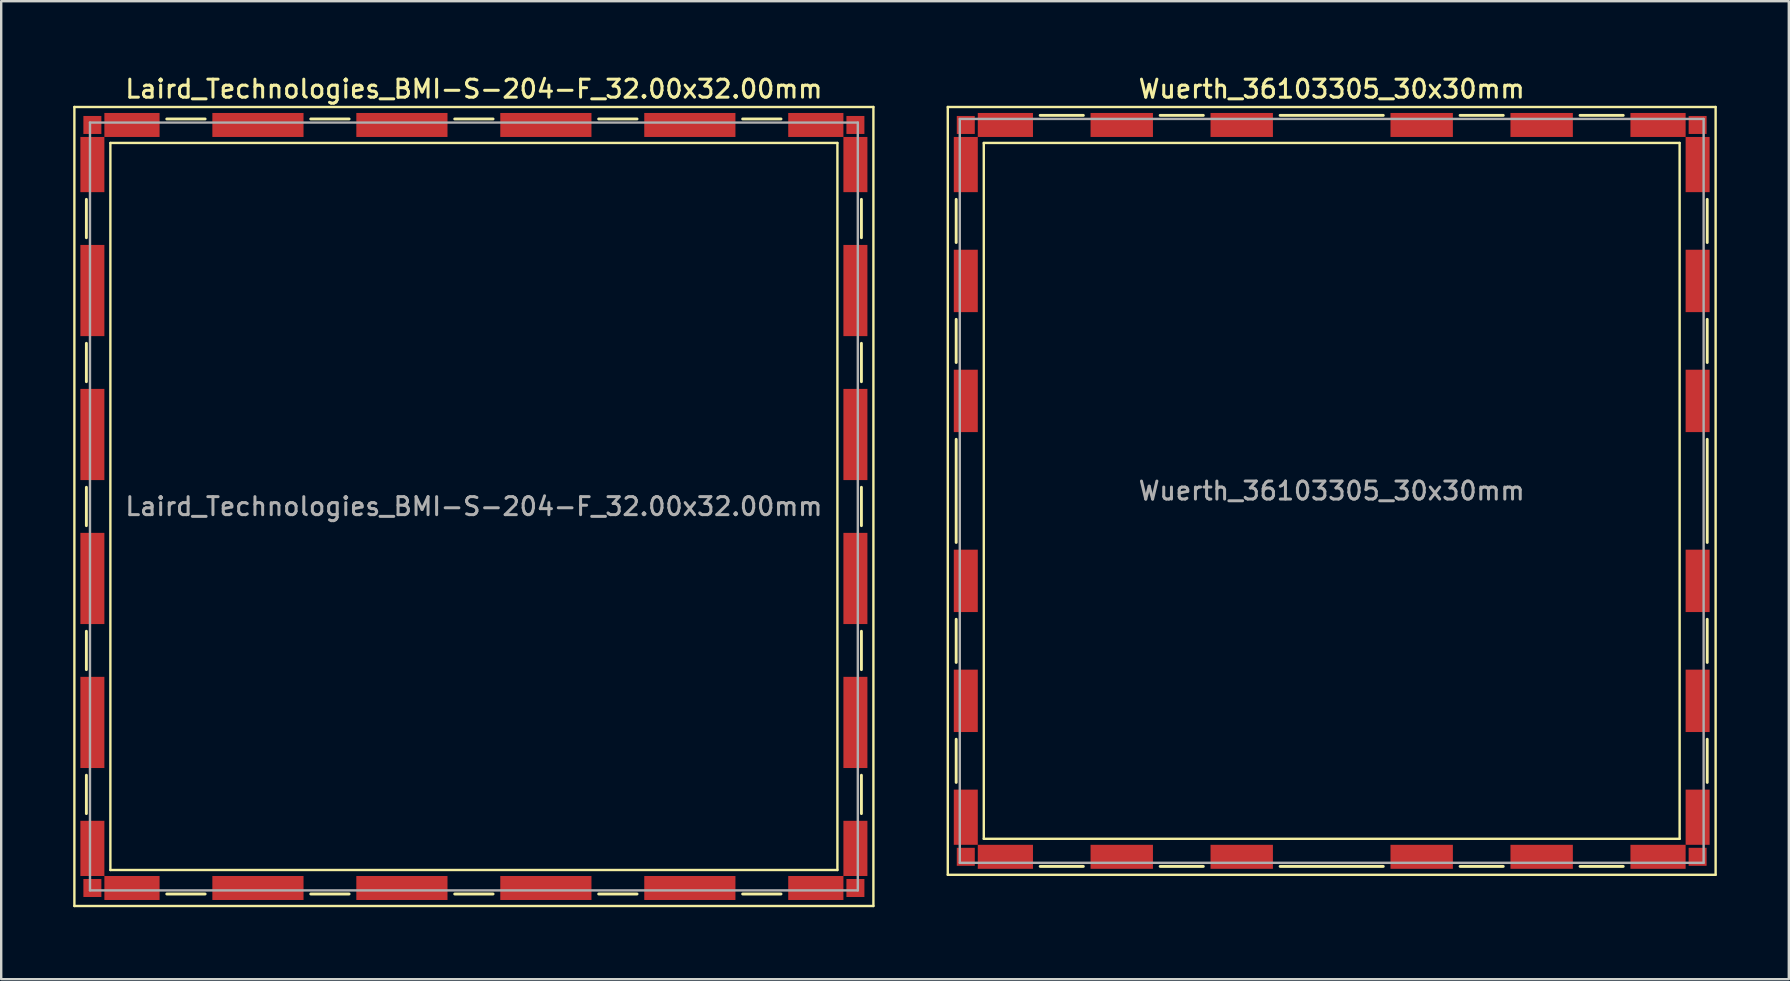
<source format=kicad_pcb>
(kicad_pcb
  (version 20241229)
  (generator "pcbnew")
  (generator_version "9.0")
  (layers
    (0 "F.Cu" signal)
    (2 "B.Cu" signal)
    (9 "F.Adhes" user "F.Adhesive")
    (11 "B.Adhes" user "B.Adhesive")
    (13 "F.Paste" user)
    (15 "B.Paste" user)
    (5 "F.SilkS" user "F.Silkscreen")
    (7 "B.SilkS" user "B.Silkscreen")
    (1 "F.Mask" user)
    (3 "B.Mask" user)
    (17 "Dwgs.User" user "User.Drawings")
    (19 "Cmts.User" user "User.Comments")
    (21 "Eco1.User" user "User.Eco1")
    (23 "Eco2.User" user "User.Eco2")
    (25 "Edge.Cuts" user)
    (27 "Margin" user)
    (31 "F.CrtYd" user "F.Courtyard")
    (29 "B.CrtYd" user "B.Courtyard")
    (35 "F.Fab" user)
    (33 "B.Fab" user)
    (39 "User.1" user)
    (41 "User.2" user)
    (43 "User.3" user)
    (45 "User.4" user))
  (footprint "Laird_Technologies_BMI-S-204-F_32.00x32.00mm"
    (layer "F.Cu")
    (at 16.7 18.058)
    (property "Reference" "Laird_Technologies_BMI-S-204-F_32.00x32.00mm" (at 0 -17.4 0) (layer "F.SilkS") (effects (font (size 0.75 0.75) (thickness 0.125))))
    (attr smd)
    (fp_line (start -16.65 -16.65) (end -16.65 16.65) (stroke (width 0.1) (type solid)) (layer "F.SilkS"))
    (fp_line (start -16.65 16.65) (end 16.65 16.65) (stroke (width 0.1) (type solid)) (layer "F.SilkS"))
    (fp_line (start -16.15 -12.8) (end -16.15 -11.2) (stroke (width 0.12) (type solid)) (layer "F.SilkS"))
    (fp_line (start -16.15 -6.8) (end -16.15 -5.2) (stroke (width 0.12) (type solid)) (layer "F.SilkS"))
    (fp_line (start -16.15 -0.8) (end -16.15 0.8) (stroke (width 0.12) (type solid)) (layer "F.SilkS"))
    (fp_line (start -16.15 5.2) (end -16.15 6.8) (stroke (width 0.12) (type solid)) (layer "F.SilkS"))
    (fp_line (start -16.15 11.2) (end -16.15 12.8) (stroke (width 0.12) (type solid)) (layer "F.SilkS"))
    (fp_line (start -15.15 -15.15) (end -15.15 15.15) (stroke (width 0.1) (type solid)) (layer "F.SilkS"))
    (fp_line (start -12.8 -16.15) (end -11.2 -16.15) (stroke (width 0.12) (type solid)) (layer "F.SilkS"))
    (fp_line (start -12.8 16.15) (end -11.2 16.15) (stroke (width 0.12) (type solid)) (layer "F.SilkS"))
    (fp_line (start -6.8 -16.15) (end -5.2 -16.15) (stroke (width 0.12) (type solid)) (layer "F.SilkS"))
    (fp_line (start -6.8 16.15) (end -5.2 16.15) (stroke (width 0.12) (type solid)) (layer "F.SilkS"))
    (fp_line (start -0.8 -16.15) (end 0.8 -16.15) (stroke (width 0.12) (type solid)) (layer "F.SilkS"))
    (fp_line (start -0.8 16.15) (end 0.8 16.15) (stroke (width 0.12) (type solid)) (layer "F.SilkS"))
    (fp_line (start 5.2 -16.15) (end 6.8 -16.15) (stroke (width 0.12) (type solid)) (layer "F.SilkS"))
    (fp_line (start 5.2 16.15) (end 6.8 16.15) (stroke (width 0.12) (type solid)) (layer "F.SilkS"))
    (fp_line (start 11.2 -16.15) (end 12.8 -16.15) (stroke (width 0.12) (type solid)) (layer "F.SilkS"))
    (fp_line (start 11.2 16.15) (end 12.8 16.15) (stroke (width 0.12) (type solid)) (layer "F.SilkS"))
    (fp_line (start 15.15 -15.15) (end -15.15 -15.15) (stroke (width 0.1) (type solid)) (layer "F.SilkS"))
    (fp_line (start 15.15 -15.15) (end 15.15 15.15) (stroke (width 0.1) (type solid)) (layer "F.SilkS"))
    (fp_line (start 15.15 15.15) (end -15.15 15.15) (stroke (width 0.1) (type solid)) (layer "F.SilkS"))
    (fp_line (start 16.15 -12.8) (end 16.15 -11.2) (stroke (width 0.12) (type solid)) (layer "F.SilkS"))
    (fp_line (start 16.15 -6.8) (end 16.15 -5.2) (stroke (width 0.12) (type solid)) (layer "F.SilkS"))
    (fp_line (start 16.15 -0.8) (end 16.15 0.8) (stroke (width 0.12) (type solid)) (layer "F.SilkS"))
    (fp_line (start 16.15 5.2) (end 16.15 6.8) (stroke (width 0.12) (type solid)) (layer "F.SilkS"))
    (fp_line (start 16.15 11.2) (end 16.15 12.8) (stroke (width 0.12) (type solid)) (layer "F.SilkS"))
    (fp_line (start 16.65 -16.65) (end -16.65 -16.65) (stroke (width 0.1) (type solid)) (layer "F.SilkS"))
    (fp_line (start 16.65 16.65) (end 16.65 -16.65) (stroke (width 0.1) (type solid)) (layer "F.SilkS"))
    (fp_line (start -16 -16) (end -16 16) (stroke (width 0.1) (type solid)) (layer "F.Fab"))
    (fp_line (start -16 16) (end 16 16) (stroke (width 0.1) (type solid)) (layer "F.Fab"))
    (fp_line (start 16 -16) (end -16 -16) (stroke (width 0.1) (type solid)) (layer "F.Fab"))
    (fp_line (start 16 16) (end 16 -16) (stroke (width 0.1) (type solid)) (layer "F.Fab"))
    (fp_text user "${REFERENCE}" (at 0 0 0) (layer "F.Fab") (effects (font (size 0.75 0.75) (thickness 0.125))))
    (pad "1" smd rect (at -15.9 -15.9) (size 0.75 0.75) (layers "F.Cu" "F.Mask" "F.Paste"))
    (pad "1" smd rect (at -15.9 -14.25) (size 1 2.3) (layers "F.Cu" "F.Mask" "F.Paste"))
    (pad "1" smd rect (at -15.9 -9) (size 1 3.8) (layers "F.Cu" "F.Mask" "F.Paste"))
    (pad "1" smd rect (at -15.9 -3) (size 1 3.8) (layers "F.Cu" "F.Mask" "F.Paste"))
    (pad "1" smd rect (at -15.9 3) (size 1 3.8) (layers "F.Cu" "F.Mask" "F.Paste"))
    (pad "1" smd rect (at -15.9 9) (size 1 3.8) (layers "F.Cu" "F.Mask" "F.Paste"))
    (pad "1" smd rect (at -15.9 14.25) (size 1 2.3) (layers "F.Cu" "F.Mask" "F.Paste"))
    (pad "1" smd rect (at -15.9 15.9) (size 0.75 0.75) (layers "F.Cu" "F.Mask" "F.Paste"))
    (pad "1" smd rect (at -14.25 -15.9) (size 2.3 1) (layers "F.Cu" "F.Mask" "F.Paste"))
    (pad "1" smd rect (at -14.25 15.9) (size 2.3 1) (layers "F.Cu" "F.Mask" "F.Paste"))
    (pad "1" smd rect (at -9 -15.9) (size 3.8 1) (layers "F.Cu" "F.Mask" "F.Paste"))
    (pad "1" smd rect (at -9 15.9) (size 3.8 1) (layers "F.Cu" "F.Mask" "F.Paste"))
    (pad "1" smd rect (at -3 -15.9) (size 3.8 1) (layers "F.Cu" "F.Mask" "F.Paste"))
    (pad "1" smd rect (at -3 15.9) (size 3.8 1) (layers "F.Cu" "F.Mask" "F.Paste"))
    (pad "1" smd rect (at 3 -15.9) (size 3.8 1) (layers "F.Cu" "F.Mask" "F.Paste"))
    (pad "1" smd rect (at 3 15.9) (size 3.8 1) (layers "F.Cu" "F.Mask" "F.Paste"))
    (pad "1" smd rect (at 9 -15.9) (size 3.8 1) (layers "F.Cu" "F.Mask" "F.Paste"))
    (pad "1" smd rect (at 9 15.9) (size 3.8 1) (layers "F.Cu" "F.Mask" "F.Paste"))
    (pad "1" smd rect (at 14.25 -15.9) (size 2.3 1) (layers "F.Cu" "F.Mask" "F.Paste"))
    (pad "1" smd rect (at 14.25 15.9) (size 2.3 1) (layers "F.Cu" "F.Mask" "F.Paste"))
    (pad "1" smd rect (at 15.9 -15.9) (size 0.75 0.75) (layers "F.Cu" "F.Mask" "F.Paste"))
    (pad "1" smd rect (at 15.9 -14.25) (size 1 2.3) (layers "F.Cu" "F.Mask" "F.Paste"))
    (pad "1" smd rect (at 15.9 -9) (size 1 3.8) (layers "F.Cu" "F.Mask" "F.Paste"))
    (pad "1" smd rect (at 15.9 -3) (size 1 3.8) (layers "F.Cu" "F.Mask" "F.Paste"))
    (pad "1" smd rect (at 15.9 3) (size 1 3.8) (layers "F.Cu" "F.Mask" "F.Paste"))
    (pad "1" smd rect (at 15.9 9) (size 1 3.8) (layers "F.Cu" "F.Mask" "F.Paste"))
    (pad "1" smd rect (at 15.9 14.25) (size 1 2.3) (layers "F.Cu" "F.Mask" "F.Paste"))
    (pad "1" smd rect (at 15.9 15.9) (size 0.75 0.75) (layers "F.Cu" "F.Mask" "F.Paste")))
  (footprint "Wuerth_36103305_30x30mm"
    (layer "F.Cu")
    (at 52.45 17.408)
    (property "Reference" "Wuerth_36103305_30x30mm" (at 0 -16.75 0) (layer "F.SilkS") (effects (font (size 0.75 0.75) (thickness 0.125))))
    (attr smd)
    (fp_line (start -16 -16) (end -16 16) (stroke (width 0.1) (type solid)) (layer "F.SilkS"))
    (fp_line (start -16 16) (end 16 16) (stroke (width 0.1) (type solid)) (layer "F.SilkS"))
    (fp_line (start -15.65 -12.15) (end -15.65 -10.35) (stroke (width 0.12) (type solid)) (layer "F.SilkS"))
    (fp_line (start -15.65 -7.15) (end -15.65 -5.35) (stroke (width 0.12) (type solid)) (layer "F.SilkS"))
    (fp_line (start -15.65 -2.15) (end -15.65 2.15) (stroke (width 0.12) (type solid)) (layer "F.SilkS"))
    (fp_line (start -15.65 5.35) (end -15.65 7.15) (stroke (width 0.12) (type solid)) (layer "F.SilkS"))
    (fp_line (start -15.65 10.35) (end -15.65 12.15) (stroke (width 0.12) (type solid)) (layer "F.SilkS"))
    (fp_line (start -14.5 -14.5) (end -14.5 14.5) (stroke (width 0.1) (type solid)) (layer "F.SilkS"))
    (fp_line (start -14.5 14.5) (end 14.5 14.5) (stroke (width 0.1) (type solid)) (layer "F.SilkS"))
    (fp_line (start -12.15 -15.65) (end -10.35 -15.65) (stroke (width 0.12) (type solid)) (layer "F.SilkS"))
    (fp_line (start -12.15 15.65) (end -10.35 15.65) (stroke (width 0.12) (type solid)) (layer "F.SilkS"))
    (fp_line (start -7.15 -15.65) (end -5.35 -15.65) (stroke (width 0.12) (type solid)) (layer "F.SilkS"))
    (fp_line (start -7.15 15.65) (end -5.35 15.65) (stroke (width 0.12) (type solid)) (layer "F.SilkS"))
    (fp_line (start -2.15 -15.65) (end 2.15 -15.65) (stroke (width 0.12) (type solid)) (layer "F.SilkS"))
    (fp_line (start -2.15 15.65) (end 2.15 15.65) (stroke (width 0.12) (type solid)) (layer "F.SilkS"))
    (fp_line (start 5.35 -15.65) (end 7.15 -15.65) (stroke (width 0.12) (type solid)) (layer "F.SilkS"))
    (fp_line (start 5.35 15.65) (end 7.15 15.65) (stroke (width 0.12) (type solid)) (layer "F.SilkS"))
    (fp_line (start 10.35 -15.65) (end 12.15 -15.65) (stroke (width 0.12) (type solid)) (layer "F.SilkS"))
    (fp_line (start 10.35 15.65) (end 12.15 15.65) (stroke (width 0.12) (type solid)) (layer "F.SilkS"))
    (fp_line (start 14.5 -14.5) (end -14.5 -14.5) (stroke (width 0.1) (type solid)) (layer "F.SilkS"))
    (fp_line (start 14.5 14.5) (end 14.5 -14.5) (stroke (width 0.1) (type solid)) (layer "F.SilkS"))
    (fp_line (start 15.65 -12.15) (end 15.65 -10.35) (stroke (width 0.12) (type solid)) (layer "F.SilkS"))
    (fp_line (start 15.65 -7.15) (end 15.65 -5.35) (stroke (width 0.12) (type solid)) (layer "F.SilkS"))
    (fp_line (start 15.65 -2.15) (end 15.65 2.15) (stroke (width 0.12) (type solid)) (layer "F.SilkS"))
    (fp_line (start 15.65 5.35) (end 15.65 7.15) (stroke (width 0.12) (type solid)) (layer "F.SilkS"))
    (fp_line (start 15.65 10.35) (end 15.65 12.15) (stroke (width 0.12) (type solid)) (layer "F.SilkS"))
    (fp_line (start 16 -16) (end -16 -16) (stroke (width 0.1) (type solid)) (layer "F.SilkS"))
    (fp_line (start 16 16) (end 16 -16) (stroke (width 0.1) (type solid)) (layer "F.SilkS"))
    (fp_line (start -15.5 -15.5) (end -15.5 15.5) (stroke (width 0.1) (type solid)) (layer "F.Fab"))
    (fp_line (start -15.5 15.5) (end 15.5 15.5) (stroke (width 0.1) (type solid)) (layer "F.Fab"))
    (fp_line (start 15.5 -15.5) (end -15.5 -15.5) (stroke (width 0.1) (type solid)) (layer "F.Fab"))
    (fp_line (start 15.5 15.5) (end 15.5 -15.5) (stroke (width 0.1) (type solid)) (layer "F.Fab"))
    (fp_text user "${REFERENCE}" (at 0 0 0) (layer "F.Fab") (effects (font (size 0.75 0.75) (thickness 0.125))))
    (pad "1" smd rect (at -15.25 -15.25) (size 0.75 0.75) (layers "F.Cu" "F.Mask" "F.Paste"))
    (pad "1" smd rect (at -15.25 -13.6) (size 1 2.3) (layers "F.Cu" "F.Mask" "F.Paste"))
    (pad "1" smd rect (at -15.25 -8.75) (size 1 2.6) (layers "F.Cu" "F.Mask" "F.Paste"))
    (pad "1" smd rect (at -15.25 -3.75) (size 1 2.6) (layers "F.Cu" "F.Mask" "F.Paste"))
    (pad "1" smd rect (at -15.25 3.75) (size 1 2.6) (layers "F.Cu" "F.Mask" "F.Paste"))
    (pad "1" smd rect (at -15.25 8.75) (size 1 2.6) (layers "F.Cu" "F.Mask" "F.Paste"))
    (pad "1" smd rect (at -15.25 13.6) (size 1 2.3) (layers "F.Cu" "F.Mask" "F.Paste"))
    (pad "1" smd rect (at -15.25 15.25) (size 0.75 0.75) (layers "F.Cu" "F.Mask" "F.Paste"))
    (pad "1" smd rect (at -13.6 -15.25) (size 2.3 1) (layers "F.Cu" "F.Mask" "F.Paste"))
    (pad "1" smd rect (at -13.6 15.25) (size 2.3 1) (layers "F.Cu" "F.Mask" "F.Paste"))
    (pad "1" smd rect (at -8.75 -15.25) (size 2.6 1) (layers "F.Cu" "F.Mask" "F.Paste"))
    (pad "1" smd rect (at -8.75 15.25) (size 2.6 1) (layers "F.Cu" "F.Mask" "F.Paste"))
    (pad "1" smd rect (at -3.75 -15.25) (size 2.6 1) (layers "F.Cu" "F.Mask" "F.Paste"))
    (pad "1" smd rect (at -3.75 15.25) (size 2.6 1) (layers "F.Cu" "F.Mask" "F.Paste"))
    (pad "1" smd rect (at 3.75 -15.25) (size 2.6 1) (layers "F.Cu" "F.Mask" "F.Paste"))
    (pad "1" smd rect (at 3.75 15.25) (size 2.6 1) (layers "F.Cu" "F.Mask" "F.Paste"))
    (pad "1" smd rect (at 8.75 -15.25) (size 2.6 1) (layers "F.Cu" "F.Mask" "F.Paste"))
    (pad "1" smd rect (at 8.75 15.25) (size 2.6 1) (layers "F.Cu" "F.Mask" "F.Paste"))
    (pad "1" smd rect (at 13.6 -15.25) (size 2.3 1) (layers "F.Cu" "F.Mask" "F.Paste"))
    (pad "1" smd rect (at 13.6 15.25) (size 2.3 1) (layers "F.Cu" "F.Mask" "F.Paste"))
    (pad "1" smd rect (at 15.25 -15.25) (size 0.75 0.75) (layers "F.Cu" "F.Mask" "F.Paste"))
    (pad "1" smd rect (at 15.25 -13.6) (size 1 2.3) (layers "F.Cu" "F.Mask" "F.Paste"))
    (pad "1" smd rect (at 15.25 -8.75) (size 1 2.6) (layers "F.Cu" "F.Mask" "F.Paste"))
    (pad "1" smd rect (at 15.25 -3.75) (size 1 2.6) (layers "F.Cu" "F.Mask" "F.Paste"))
    (pad "1" smd rect (at 15.25 3.75) (size 1 2.6) (layers "F.Cu" "F.Mask" "F.Paste"))
    (pad "1" smd rect (at 15.25 8.75) (size 1 2.6) (layers "F.Cu" "F.Mask" "F.Paste"))
    (pad "1" smd rect (at 15.25 13.6) (size 1 2.3) (layers "F.Cu" "F.Mask" "F.Paste"))
    (pad "1" smd rect (at 15.25 15.25) (size 0.75 0.75) (layers "F.Cu" "F.Mask" "F.Paste")))
  (gr_rect
    (start -3 -3)
    (end 71.5 37.758)
    (stroke (width 0.1) (type default))
    (fill no)
    (layer "Edge.Cuts")))
</source>
